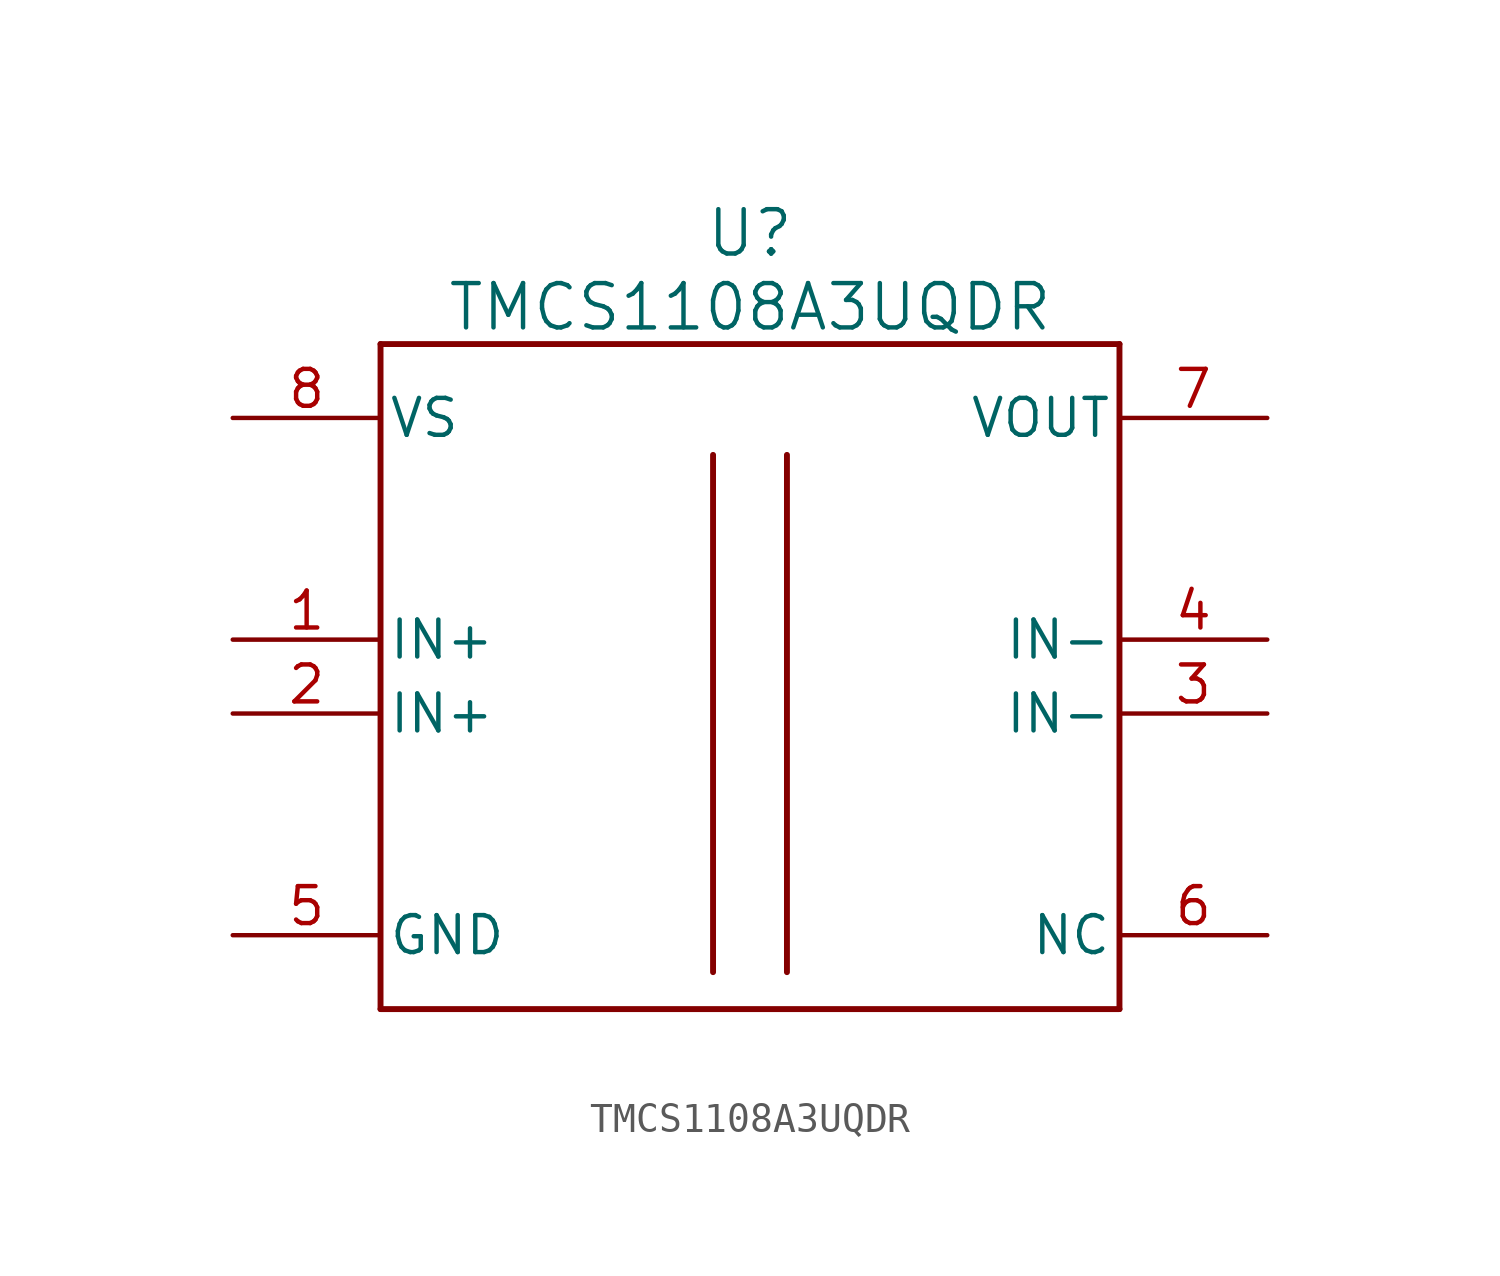
<source format=kicad_sym>
(kicad_symbol_lib
  (version 20220914)
  (generator kicad_symbol_editor)
  (symbol "TMCS1108A3UQDR"
    (pin_names
      (offset 0.254))
    (property "Reference" "U"
      (at 0 16.51 0)
      (effects (font (size 1.524 1.524))))
    (property "Value" "TMCS1108A3UQDR"
      (at 0 13.97 0)
      (effects (font (size 1.524 1.524))))
    (property "ki_locked" ""
      (at 0 0 0)
      (effects (font (size 1.27 1.27))))
    (symbol "TMCS1108A3UQDR_0_1"
      (polyline (pts (xy -12.7 -10.16) (xy 12.7 -10.16)) (stroke (width 0.203) (type default)) (fill (type none)))
      (polyline (pts (xy -12.7 12.7) (xy -12.7 -10.16)) (stroke (width 0.203) (type default)) (fill (type none)))
      (polyline (pts (xy -1.27 8.89) (xy -1.27 -8.89)) (stroke (width 0.203) (type default)) (fill (type none)))
      (polyline (pts (xy 1.27 8.89) (xy 1.27 -8.89)) (stroke (width 0.203) (type default)) (fill (type none)))
      (polyline (pts (xy 12.7 -10.16) (xy 12.7 12.7)) (stroke (width 0.203) (type default)) (fill (type none)))
      (polyline (pts (xy 12.7 12.7) (xy -12.7 12.7)) (stroke (width 0.203) (type default)) (fill (type none)))
      (pin unspecified line (at -17.78 2.54 0) (length 5.08) (name "IN+" (effects (font (size 1.27 1.27)))) (number "1" (effects (font (size 1.27 1.27)))))
      (pin unspecified line (at -17.78 0 0) (length 5.08) (name "IN+" (effects (font (size 1.27 1.27)))) (number "2" (effects (font (size 1.27 1.27)))))
      (pin unspecified line (at 17.78 0 180) (length 5.08) (name "IN-" (effects (font (size 1.27 1.27)))) (number "3" (effects (font (size 1.27 1.27)))))
      (pin unspecified line (at 17.78 2.54 180) (length 5.08) (name "IN-" (effects (font (size 1.27 1.27)))) (number "4" (effects (font (size 1.27 1.27)))))
      (pin power_in line (at -17.78 -7.62 0) (length 5.08) (name "GND" (effects (font (size 1.27 1.27)))) (number "5" (effects (font (size 1.27 1.27)))))
      (pin unspecified line (at 17.78 -7.62 180) (length 5.08) (name "NC" (effects (font (size 1.27 1.27)))) (number "6" (effects (font (size 1.27 1.27)))))
      (pin unspecified line (at 17.78 10.16 180) (length 5.08) (name "VOUT" (effects (font (size 1.27 1.27)))) (number "7" (effects (font (size 1.27 1.27)))))
      (pin power_in line (at -17.78 10.16 0) (length 5.08) (name "VS" (effects (font (size 1.27 1.27)))) (number "8" (effects (font (size 1.27 1.27))))))))
</source>
